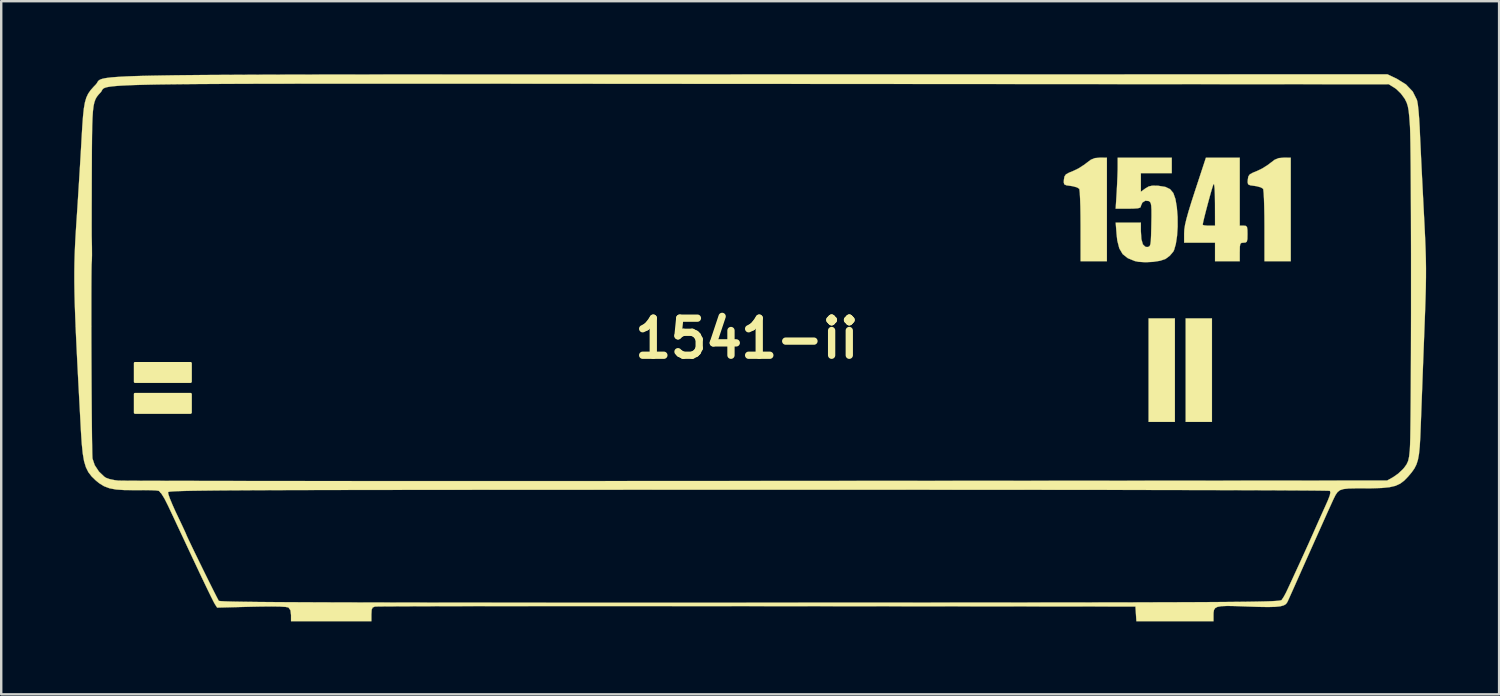
<source format=kicad_pcb>
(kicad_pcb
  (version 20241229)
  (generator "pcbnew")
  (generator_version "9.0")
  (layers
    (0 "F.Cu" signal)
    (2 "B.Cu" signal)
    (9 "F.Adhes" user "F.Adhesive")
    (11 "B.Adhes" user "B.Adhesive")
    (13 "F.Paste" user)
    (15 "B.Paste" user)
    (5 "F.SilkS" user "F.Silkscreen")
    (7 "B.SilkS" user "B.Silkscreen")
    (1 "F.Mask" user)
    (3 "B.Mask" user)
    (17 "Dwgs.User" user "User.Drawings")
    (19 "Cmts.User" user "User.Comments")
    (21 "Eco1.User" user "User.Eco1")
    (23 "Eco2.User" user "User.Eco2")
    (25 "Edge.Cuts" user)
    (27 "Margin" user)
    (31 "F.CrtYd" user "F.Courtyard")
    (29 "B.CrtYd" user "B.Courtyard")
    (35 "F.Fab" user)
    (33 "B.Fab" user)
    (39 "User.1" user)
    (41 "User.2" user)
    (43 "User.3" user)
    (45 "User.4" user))
  (footprint "1541-ii"
    (layer "F.Cu")
    (at 27.644 10.86)
    (property "Reference" "1541-ii" (at 0 0 0) (layer "F.SilkS") (effects (font (size 1.524 1.524) (thickness 0.3))))
    (attr through_hole)
    (fp_poly (pts (xy -22.86 1.778) (xy -25.146 1.778) (xy -25.146 1.016) (xy -22.86 1.016)) (stroke (width 0.1) (type solid)) (fill yes) (layer "F.SilkS"))
    (fp_poly (pts (xy -22.86 3.048) (xy -25.146 3.048) (xy -25.146 2.286) (xy -22.86 2.286)) (stroke (width 0.1) (type solid)) (fill yes) (layer "F.SilkS"))
    (fp_poly (pts (xy 17.59 3.429) (xy 16.51 3.429) (xy 16.51 -0.826) (xy 17.59 -0.826) (xy 17.59 3.429)) (stroke (width 0.01) (type solid)) (fill yes) (layer "F.SilkS"))
    (fp_poly (pts (xy 19.113 3.429) (xy 18.034 3.429) (xy 18.034 -0.826) (xy 19.113 -0.826) (xy 19.113 3.429)) (stroke (width 0.01) (type solid)) (fill yes) (layer "F.SilkS"))
    (fp_poly (pts (xy 14.796 -7.429) (xy 14.796 -3.175) (xy 13.716 -3.175) (xy 13.715 -4.62) (xy 13.712 -5.039) (xy 13.706 -5.418) (xy 13.695 -5.738) (xy 13.683 -5.979) (xy 13.668 -6.122) (xy 13.659 -6.151) (xy 13.568 -6.209) (xy 13.398 -6.256) (xy 13.308 -6.27) (xy 13.129 -6.295) (xy 13.044 -6.335) (xy 13.023 -6.419) (xy 13.03 -6.525) (xy 13.053 -6.658) (xy 13.113 -6.744) (xy 13.242 -6.815) (xy 13.372 -6.866) (xy 13.621 -6.984) (xy 13.87 -7.143) (xy 13.953 -7.208) (xy 14.139 -7.347) (xy 14.304 -7.413) (xy 14.504 -7.43) (xy 14.796 -7.429)) (stroke (width 0.01) (type solid)) (fill yes) (layer "F.SilkS"))
    (fp_poly (pts (xy 22.352 -7.429) (xy 22.352 -3.175) (xy 21.273 -3.175) (xy 21.272 -4.62) (xy 21.269 -5.039) (xy 21.262 -5.418) (xy 21.252 -5.738) (xy 21.239 -5.979) (xy 21.224 -6.122) (xy 21.216 -6.151) (xy 21.124 -6.209) (xy 20.955 -6.256) (xy 20.864 -6.27) (xy 20.685 -6.295) (xy 20.601 -6.335) (xy 20.58 -6.419) (xy 20.587 -6.525) (xy 20.609 -6.658) (xy 20.669 -6.744) (xy 20.799 -6.815) (xy 20.928 -6.866) (xy 21.177 -6.984) (xy 21.427 -7.143) (xy 21.51 -7.208) (xy 21.695 -7.347) (xy 21.86 -7.413) (xy 22.06 -7.43) (xy 22.352 -7.429)) (stroke (width 0.01) (type solid)) (fill yes) (layer "F.SilkS"))
    (fp_poly (pts (xy 20.256 -4.636) (xy 20.415 -4.636) (xy 20.506 -4.626) (xy 20.554 -4.579) (xy 20.571 -4.461) (xy 20.574 -4.286) (xy 20.57 -4.086) (xy 20.548 -3.982) (xy 20.495 -3.943) (xy 20.415 -3.937) (xy 20.327 -3.929) (xy 20.28 -3.885) (xy 20.26 -3.775) (xy 20.257 -3.569) (xy 20.256 -3.556) (xy 20.256 -3.175) (xy 19.241 -3.175) (xy 19.241 -3.937) (xy 17.971 -3.937) (xy 17.971 -4.318) (xy 17.979 -4.478) (xy 18.008 -4.667) (xy 18.009 -4.671) (xy 18.733 -4.671) (xy 18.789 -4.649) (xy 18.93 -4.636) (xy 18.986 -4.636) (xy 19.241 -4.636) (xy 19.239 -5.54) (xy 19.234 -5.904) (xy 19.223 -6.166) (xy 19.206 -6.318) (xy 19.183 -6.352) (xy 19.179 -6.347) (xy 19.148 -6.26) (xy 19.093 -6.08) (xy 19.024 -5.835) (xy 18.948 -5.556) (xy 18.873 -5.271) (xy 18.807 -5.012) (xy 18.758 -4.807) (xy 18.734 -4.686) (xy 18.733 -4.671) (xy 18.009 -4.671) (xy 18.063 -4.904) (xy 18.147 -5.206) (xy 18.265 -5.592) (xy 18.418 -6.065) (xy 18.866 -7.429) (xy 20.256 -7.429) (xy 20.256 -4.636)) (stroke (width 0.01) (type solid)) (fill yes) (layer "F.SilkS"))
    (fp_poly (pts (xy 17.462 -6.795) (xy 16.192 -6.795) (xy 16.192 -6.029) (xy 16.378 -6.166) (xy 16.515 -6.247) (xy 16.667 -6.281) (xy 16.884 -6.276) (xy 16.922 -6.273) (xy 17.197 -6.229) (xy 17.392 -6.137) (xy 17.526 -5.978) (xy 17.613 -5.731) (xy 17.671 -5.388) (xy 17.702 -4.995) (xy 17.704 -4.592) (xy 17.679 -4.212) (xy 17.629 -3.883) (xy 17.558 -3.637) (xy 17.524 -3.568) (xy 17.381 -3.4) (xy 17.201 -3.266) (xy 17.196 -3.264) (xy 16.982 -3.193) (xy 16.693 -3.148) (xy 16.381 -3.133) (xy 16.095 -3.15) (xy 15.946 -3.181) (xy 15.653 -3.301) (xy 15.444 -3.468) (xy 15.306 -3.703) (xy 15.223 -4.026) (xy 15.194 -4.294) (xy 15.158 -4.763) (xy 16.192 -4.763) (xy 16.192 -4.417) (xy 16.213 -4.083) (xy 16.275 -3.866) (xy 16.38 -3.765) (xy 16.462 -3.758) (xy 16.519 -3.771) (xy 16.558 -3.804) (xy 16.585 -3.877) (xy 16.602 -4.01) (xy 16.612 -4.223) (xy 16.62 -4.535) (xy 16.623 -4.68) (xy 16.629 -5.037) (xy 16.628 -5.287) (xy 16.619 -5.453) (xy 16.6 -5.554) (xy 16.567 -5.612) (xy 16.519 -5.647) (xy 16.516 -5.648) (xy 16.377 -5.662) (xy 16.254 -5.584) (xy 16.193 -5.446) (xy 16.192 -5.425) (xy 16.165 -5.378) (xy 16.069 -5.35) (xy 15.882 -5.337) (xy 15.675 -5.334) (xy 15.157 -5.334) (xy 15.199 -6.011) (xy 15.216 -6.34) (xy 15.23 -6.667) (xy 15.239 -6.944) (xy 15.24 -7.058) (xy 15.24 -7.429) (xy 17.462 -7.429) (xy 17.462 -6.795)) (stroke (width 0.01) (type solid)) (fill yes) (layer "F.SilkS"))
    (fp_poly (pts (xy 26.71 -10.674) (xy 27.086 -10.441) (xy 27.365 -10.149) (xy 27.534 -9.812) (xy 27.55 -9.756) (xy 27.577 -9.597) (xy 27.605 -9.342) (xy 27.63 -9.023) (xy 27.651 -8.673) (xy 27.655 -8.572) (xy 27.667 -8.29) (xy 27.686 -7.902) (xy 27.708 -7.431) (xy 27.734 -6.9) (xy 27.763 -6.329) (xy 27.793 -5.742) (xy 27.817 -5.271) (xy 27.849 -4.656) (xy 27.874 -4.135) (xy 27.892 -3.684) (xy 27.904 -3.279) (xy 27.91 -2.895) (xy 27.909 -2.508) (xy 27.903 -2.095) (xy 27.89 -1.631) (xy 27.872 -1.092) (xy 27.848 -0.454) (xy 27.844 -0.349) (xy 27.82 0.277) (xy 27.795 0.923) (xy 27.771 1.565) (xy 27.748 2.178) (xy 27.727 2.736) (xy 27.709 3.215) (xy 27.696 3.556) (xy 27.676 4.055) (xy 27.653 4.446) (xy 27.622 4.751) (xy 27.578 4.989) (xy 27.517 5.18) (xy 27.434 5.344) (xy 27.323 5.501) (xy 27.18 5.671) (xy 27.175 5.677) (xy 27.013 5.844) (xy 26.847 5.968) (xy 26.655 6.056) (xy 26.414 6.112) (xy 26.103 6.144) (xy 25.701 6.158) (xy 25.422 6.16) (xy 25.024 6.16) (xy 24.732 6.166) (xy 24.525 6.188) (xy 24.38 6.233) (xy 24.276 6.312) (xy 24.193 6.433) (xy 24.108 6.604) (xy 24.05 6.731) (xy 23.977 6.892) (xy 23.86 7.149) (xy 23.709 7.486) (xy 23.531 7.883) (xy 23.335 8.321) (xy 23.129 8.782) (xy 22.922 9.246) (xy 22.722 9.696) (xy 22.537 10.113) (xy 22.502 10.192) (xy 22.391 10.44) (xy 22.293 10.658) (xy 22.225 10.808) (xy 22.211 10.837) (xy 22.157 10.912) (xy 22.067 10.968) (xy 21.925 11.007) (xy 21.716 11.029) (xy 21.426 11.037) (xy 21.039 11.031) (xy 20.542 11.015) (xy 20.53 11.014) (xy 20.083 10.998) (xy 19.747 10.992) (xy 19.507 11.002) (xy 19.345 11.029) (xy 19.248 11.08) (xy 19.197 11.159) (xy 19.179 11.269) (xy 19.177 11.374) (xy 19.177 11.62) (xy 16.009 11.62) (xy 15.97 11.017) (xy 0.413 11.002) (xy -0.986 11.001) (xy -2.352 11) (xy -3.679 10.999) (xy -4.963 10.999) (xy -6.198 10.999) (xy -7.379 10.999) (xy -8.499 10.999) (xy -9.554 11) (xy -10.538 11.001) (xy -11.445 11.002) (xy -12.269 11.003) (xy -13.007 11.005) (xy -13.651 11.007) (xy -14.197 11.009) (xy -14.638 11.011) (xy -14.97 11.013) (xy -15.187 11.016) (xy -15.284 11.019) (xy -15.288 11.019) (xy -15.378 11.058) (xy -15.42 11.147) (xy -15.43 11.322) (xy -15.431 11.336) (xy -15.431 11.62) (xy -18.733 11.62) (xy -18.733 11.369) (xy -18.756 11.172) (xy -18.833 11.064) (xy -18.852 11.053) (xy -18.961 11.032) (xy -19.189 11.018) (xy -19.527 11.013) (xy -19.967 11.017) (xy -20.37 11.025) (xy -21.77 11.061) (xy -21.867 10.912) (xy -21.918 10.817) (xy -22.015 10.623) (xy -22.15 10.347) (xy -22.315 10.004) (xy -22.503 9.61) (xy -22.704 9.182) (xy -22.737 9.112) (xy -22.953 8.652) (xy -23.165 8.198) (xy -23.366 7.771) (xy -23.542 7.394) (xy -23.686 7.088) (xy -23.784 6.88) (xy -23.931 6.588) (xy -24.059 6.38) (xy -24.117 6.315) (xy -23.788 6.315) (xy -23.774 6.402) (xy -23.713 6.578) (xy -23.612 6.822) (xy -23.483 7.11) (xy -23.436 7.208) (xy -23.298 7.498) (xy -23.181 7.745) (xy -23.097 7.927) (xy -23.054 8.022) (xy -23.05 8.032) (xy -23.024 8.098) (xy -22.95 8.258) (xy -22.838 8.493) (xy -22.698 8.784) (xy -22.539 9.11) (xy -22.371 9.454) (xy -22.203 9.795) (xy -22.045 10.113) (xy -21.906 10.391) (xy -21.796 10.607) (xy -21.724 10.744) (xy -21.702 10.781) (xy -21.676 10.788) (xy -21.606 10.795) (xy -21.49 10.802) (xy -21.324 10.808) (xy -21.105 10.814) (xy -20.83 10.819) (xy -20.494 10.824) (xy -20.094 10.829) (xy -19.627 10.833) (xy -19.089 10.837) (xy -18.477 10.84) (xy -17.788 10.843) (xy -17.017 10.846) (xy -16.161 10.848) (xy -15.218 10.85) (xy -14.183 10.852) (xy -13.052 10.854) (xy -11.823 10.855) (xy -10.492 10.856) (xy -9.055 10.856) (xy -7.51 10.857) (xy -5.851 10.857) (xy -4.077 10.857) (xy -2.183 10.857) (xy -0.166 10.857) (xy 0.13 10.856) (xy 2.108 10.856) (xy 3.964 10.855) (xy 5.7 10.855) (xy 7.321 10.854) (xy 8.831 10.853) (xy 10.234 10.852) (xy 11.533 10.851) (xy 12.733 10.85) (xy 13.838 10.849) (xy 14.851 10.847) (xy 15.777 10.846) (xy 16.619 10.843) (xy 17.381 10.841) (xy 18.068 10.839) (xy 18.683 10.836) (xy 19.23 10.833) (xy 19.713 10.829) (xy 20.137 10.825) (xy 20.504 10.821) (xy 20.819 10.816) (xy 21.087 10.811) (xy 21.31 10.806) (xy 21.493 10.8) (xy 21.64 10.793) (xy 21.755 10.786) (xy 21.841 10.779) (xy 21.903 10.771) (xy 21.944 10.762) (xy 21.969 10.753) (xy 21.981 10.744) (xy 22.066 10.614) (xy 22.16 10.439) (xy 22.172 10.414) (xy 22.323 10.091) (xy 22.503 9.701) (xy 22.699 9.275) (xy 22.895 8.846) (xy 23.077 8.445) (xy 23.23 8.103) (xy 23.318 7.906) (xy 23.452 7.603) (xy 23.591 7.293) (xy 23.711 7.027) (xy 23.745 6.953) (xy 23.876 6.659) (xy 23.953 6.46) (xy 23.981 6.337) (xy 23.966 6.274) (xy 23.954 6.263) (xy 23.883 6.259) (xy 23.688 6.255) (xy 23.371 6.251) (xy 22.934 6.247) (xy 22.379 6.244) (xy 21.71 6.24) (xy 20.927 6.237) (xy 20.034 6.234) (xy 19.034 6.231) (xy 17.928 6.229) (xy 16.718 6.227) (xy 15.408 6.224) (xy 13.999 6.223) (xy 12.494 6.221) (xy 10.896 6.22) (xy 9.206 6.219) (xy 7.427 6.218) (xy 5.562 6.217) (xy 3.612 6.217) (xy 1.581 6.217) (xy -0.529 6.217) (xy -2.717 6.217) (xy -4.979 6.218) (xy -7.314 6.219) (xy -9.718 6.22) (xy -10.084 6.22) (xy -11.664 6.221) (xy -13.121 6.222) (xy -14.461 6.224) (xy -15.688 6.225) (xy -16.807 6.227) (xy -17.822 6.229) (xy -18.738 6.231) (xy -19.56 6.234) (xy -20.292 6.237) (xy -20.939 6.241) (xy -21.506 6.244) (xy -21.997 6.249) (xy -22.418 6.254) (xy -22.772 6.259) (xy -23.064 6.265) (xy -23.3 6.272) (xy -23.483 6.279) (xy -23.619 6.287) (xy -23.712 6.295) (xy -23.767 6.305) (xy -23.788 6.315) (xy -23.788 6.315) (xy -24.117 6.315) (xy -24.157 6.271) (xy -24.178 6.26) (xy -24.285 6.246) (xy -24.491 6.236) (xy -24.767 6.232) (xy -25.084 6.233) (xy -25.119 6.233) (xy -25.569 6.231) (xy -25.919 6.208) (xy -26.193 6.157) (xy -26.419 6.072) (xy -26.621 5.947) (xy -26.76 5.833) (xy -26.931 5.667) (xy -27.064 5.493) (xy -27.164 5.291) (xy -27.239 5.042) (xy -27.293 4.724) (xy -27.334 4.319) (xy -27.366 3.831) (xy -27.422 2.781) (xy -27.472 1.847) (xy -27.515 1.019) (xy -27.551 0.285) (xy -27.581 -0.365) (xy -27.604 -0.942) (xy -27.609 -1.087) (xy -26.94 -1.087) (xy -26.94 -0.509) (xy -26.939 0.101) (xy -26.937 0.728) (xy -26.934 1.359) (xy -26.931 1.979) (xy -26.927 2.576) (xy -26.923 3.136) (xy -26.918 3.645) (xy -26.913 4.089) (xy -26.907 4.454) (xy -26.902 4.728) (xy -26.896 4.897) (xy -26.892 4.94) (xy -26.802 5.206) (xy -26.628 5.47) (xy -26.407 5.681) (xy -26.328 5.731) (xy -26.189 5.78) (xy -25.981 5.823) (xy -25.845 5.84) (xy -25.757 5.842) (xy -25.547 5.845) (xy -25.219 5.847) (xy -24.776 5.849) (xy -24.223 5.85) (xy -23.565 5.852) (xy -22.806 5.853) (xy -21.949 5.855) (xy -21 5.856) (xy -19.963 5.857) (xy -18.841 5.858) (xy -17.64 5.859) (xy -16.362 5.859) (xy -15.014 5.86) (xy -13.599 5.86) (xy -12.12 5.86) (xy -10.584 5.86) (xy -8.993 5.86) (xy -7.352 5.86) (xy -5.666 5.859) (xy -3.939 5.858) (xy -2.174 5.858) (xy -0.377 5.856) (xy 0.409 5.856) (xy 26.313 5.838) (xy 26.565 5.697) (xy 26.767 5.555) (xy 26.963 5.371) (xy 27.012 5.314) (xy 27.112 5.175) (xy 27.176 5.036) (xy 27.216 4.858) (xy 27.244 4.6) (xy 27.248 4.539) (xy 27.256 4.37) (xy 27.264 4.086) (xy 27.27 3.696) (xy 27.276 3.214) (xy 27.281 2.649) (xy 27.285 2.014) (xy 27.289 1.318) (xy 27.292 0.574) (xy 27.294 -0.207) (xy 27.296 -1.014) (xy 27.296 -1.837) (xy 27.296 -2.663) (xy 27.296 -3.481) (xy 27.294 -4.281) (xy 27.292 -5.051) (xy 27.289 -5.78) (xy 27.285 -6.457) (xy 27.281 -7.07) (xy 27.275 -7.608) (xy 27.269 -8.06) (xy 27.262 -8.415) (xy 27.255 -8.662) (xy 27.251 -8.741) (xy 27.225 -9.097) (xy 27.198 -9.355) (xy 27.164 -9.542) (xy 27.118 -9.688) (xy 27.053 -9.821) (xy 27.029 -9.863) (xy 26.879 -10.066) (xy 26.697 -10.244) (xy 26.623 -10.297) (xy 26.384 -10.446) (xy 0.254 -10.463) (xy -1.934 -10.464) (xy -3.999 -10.466) (xy -5.944 -10.467) (xy -7.772 -10.469) (xy -9.488 -10.47) (xy -11.096 -10.471) (xy -12.597 -10.472) (xy -13.997 -10.472) (xy -15.299 -10.472) (xy -16.506 -10.472) (xy -17.623 -10.472) (xy -18.652 -10.47) (xy -19.597 -10.469) (xy -20.462 -10.467) (xy -21.25 -10.464) (xy -21.966 -10.46) (xy -22.612 -10.456) (xy -23.193 -10.451) (xy -23.711 -10.445) (xy -24.171 -10.439) (xy -24.576 -10.431) (xy -24.93 -10.422) (xy -25.236 -10.413) (xy -25.498 -10.402) (xy -25.719 -10.391) (xy -25.904 -10.378) (xy -26.055 -10.364) (xy -26.177 -10.349) (xy -26.272 -10.333) (xy -26.345 -10.315) (xy -26.399 -10.296) (xy -26.438 -10.275) (xy -26.466 -10.253) (xy -26.485 -10.229) (xy -26.5 -10.204) (xy -26.514 -10.178) (xy -26.53 -10.149) (xy -26.553 -10.119) (xy -26.561 -10.111) (xy -26.644 -10.021) (xy -26.714 -9.932) (xy -26.77 -9.833) (xy -26.814 -9.711) (xy -26.849 -9.553) (xy -26.874 -9.346) (xy -26.892 -9.079) (xy -26.905 -8.739) (xy -26.912 -8.313) (xy -26.917 -7.788) (xy -26.92 -7.152) (xy -26.921 -6.953) (xy -26.923 -6.39) (xy -26.924 -5.861) (xy -26.926 -5.38) (xy -26.926 -4.963) (xy -26.927 -4.624) (xy -26.926 -4.378) (xy -26.926 -4.24) (xy -26.926 -4.223) (xy -26.916 -3.763) (xy -26.914 -3.426) (xy -26.919 -3.21) (xy -26.924 -3.143) (xy -26.93 -3.037) (xy -26.934 -2.819) (xy -26.937 -2.501) (xy -26.939 -2.097) (xy -26.94 -1.621) (xy -26.94 -1.087) (xy -27.609 -1.087) (xy -27.622 -1.456) (xy -27.633 -1.918) (xy -27.639 -2.338) (xy -27.639 -2.729) (xy -27.634 -3.099) (xy -27.624 -3.46) (xy -27.609 -3.822) (xy -27.589 -4.197) (xy -27.565 -4.595) (xy -27.537 -5.016) (xy -27.5 -5.579) (xy -27.461 -6.204) (xy -27.421 -6.846) (xy -27.384 -7.465) (xy -27.352 -8.015) (xy -27.343 -8.191) (xy -27.312 -8.713) (xy -27.282 -9.127) (xy -27.248 -9.449) (xy -27.204 -9.7) (xy -27.147 -9.897) (xy -27.071 -10.058) (xy -26.971 -10.202) (xy -26.844 -10.346) (xy -26.762 -10.43) (xy -26.733 -10.465) (xy -26.71 -10.497) (xy -26.692 -10.528) (xy -26.675 -10.557) (xy -26.654 -10.584) (xy -26.627 -10.609) (xy -26.59 -10.633) (xy -26.538 -10.655) (xy -26.469 -10.676) (xy -26.379 -10.695) (xy -26.265 -10.712) (xy -26.122 -10.729) (xy -25.947 -10.743) (xy -25.736 -10.757) (xy -25.487 -10.77) (xy -25.195 -10.781) (xy -24.856 -10.791) (xy -24.468 -10.8) (xy -24.026 -10.808) (xy -23.527 -10.816) (xy -22.967 -10.822) (xy -22.343 -10.828) (xy -21.651 -10.832) (xy -20.888 -10.836) (xy -20.049 -10.84) (xy -19.132 -10.843) (xy -18.132 -10.845) (xy -17.047 -10.847) (xy -15.872 -10.848) (xy -14.603 -10.849) (xy -13.238 -10.85) (xy -11.773 -10.851) (xy -10.204 -10.851) (xy -8.527 -10.851) (xy -6.739 -10.851) (xy -4.837 -10.851) (xy -2.816 -10.851) (xy -0.673 -10.851) (xy 0.226 -10.852) (xy 26.328 -10.855) (xy 26.71 -10.674)) (stroke (width 0.01) (type solid)) (fill yes) (layer "F.SilkS")))
  (gr_rect
    (start -3 -3)
    (end 58.559 25.485)
    (stroke (width 0.1) (type default))
    (fill no)
    (layer "Edge.Cuts")))
</source>
